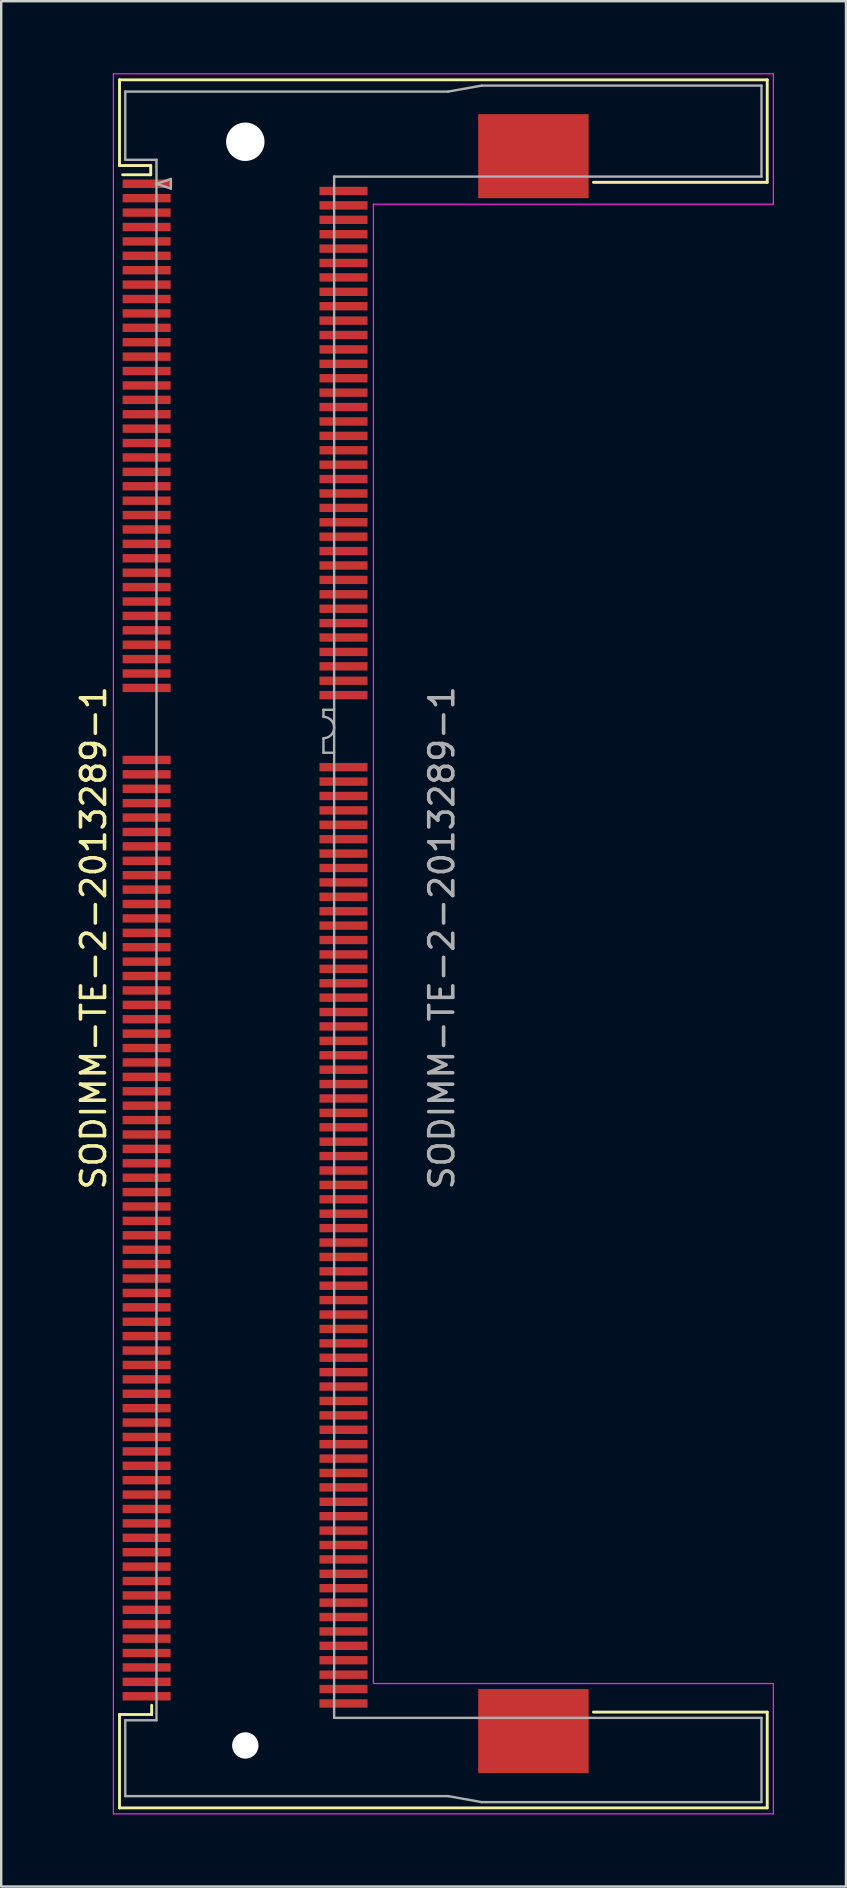
<source format=kicad_pcb>
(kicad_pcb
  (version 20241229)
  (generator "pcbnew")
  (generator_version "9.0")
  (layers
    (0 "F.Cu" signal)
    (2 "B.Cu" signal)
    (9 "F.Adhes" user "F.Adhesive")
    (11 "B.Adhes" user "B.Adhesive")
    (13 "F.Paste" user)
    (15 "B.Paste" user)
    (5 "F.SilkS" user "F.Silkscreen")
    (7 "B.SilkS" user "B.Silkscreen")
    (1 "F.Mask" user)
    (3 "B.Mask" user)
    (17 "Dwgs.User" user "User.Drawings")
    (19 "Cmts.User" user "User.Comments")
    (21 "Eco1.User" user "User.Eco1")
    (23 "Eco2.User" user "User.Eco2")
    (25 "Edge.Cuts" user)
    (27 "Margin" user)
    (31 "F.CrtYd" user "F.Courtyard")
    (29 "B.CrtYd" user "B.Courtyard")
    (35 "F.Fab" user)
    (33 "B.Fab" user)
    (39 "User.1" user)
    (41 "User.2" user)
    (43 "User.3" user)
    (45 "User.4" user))
  (footprint "SODIMM-TE-2-2013289-1"
    (layer "F.Cu")
    (at 11.763 36.255)
    (property "Reference" "SODIMM-TE-2-2013289-1" (at -10.915 -0.24 90) (layer "F.SilkS") (effects (font (size 1 1) (thickness 0.15))))
    (attr smd)
    (fp_line (start -9.835 -35.98) (end -9.835 -32.41) (stroke (width 0.12) (type solid)) (layer "F.SilkS"))
    (fp_line (start -9.835 -35.98) (end 17.145 -35.98) (stroke (width 0.12) (type solid)) (layer "F.SilkS"))
    (fp_line (start -9.835 -32.41) (end -8.535 -32.41) (stroke (width 0.12) (type solid)) (layer "F.SilkS"))
    (fp_line (start -9.835 32.11) (end -8.495 32.11) (stroke (width 0.12) (type solid)) (layer "F.SilkS"))
    (fp_line (start -9.835 36) (end -9.835 32.11) (stroke (width 0.12) (type solid)) (layer "F.SilkS"))
    (fp_line (start -8.535 -32.41) (end -8.535 -32.025) (stroke (width 0.12) (type solid)) (layer "F.SilkS"))
    (fp_line (start -8.535 -32.025) (end -9.705 -32.025) (stroke (width 0.12) (type solid)) (layer "F.SilkS"))
    (fp_line (start -8.495 32.11) (end -8.495 31.725) (stroke (width 0.12) (type solid)) (layer "F.SilkS"))
    (fp_line (start 9.905 32.01) (end 17.145 32.01) (stroke (width 0.12) (type solid)) (layer "F.SilkS"))
    (fp_line (start 17.145 -35.98) (end 17.145 -31.71) (stroke (width 0.12) (type solid)) (layer "F.SilkS"))
    (fp_line (start 17.145 -31.71) (end 9.905 -31.71) (stroke (width 0.12) (type solid)) (layer "F.SilkS"))
    (fp_line (start 17.145 32.01) (end 17.145 36) (stroke (width 0.12) (type solid)) (layer "F.SilkS"))
    (fp_line (start 17.145 36) (end -9.835 36) (stroke (width 0.12) (type solid)) (layer "F.SilkS"))
    (fp_line (start -10.09 -36.23) (end 17.4 -36.23) (stroke (width 0.05) (type solid)) (layer "F.CrtYd"))
    (fp_line (start -10.09 36.25) (end -10.09 -36.23) (stroke (width 0.05) (type solid)) (layer "F.CrtYd"))
    (fp_line (start 0.74 -30.8) (end 0.74 30.82) (stroke (width 0.05) (type solid)) (layer "F.CrtYd"))
    (fp_line (start 0.74 30.82) (end 17.4 30.82) (stroke (width 0.05) (type solid)) (layer "F.CrtYd"))
    (fp_line (start 17.4 -36.23) (end 17.4 -30.8) (stroke (width 0.05) (type solid)) (layer "F.CrtYd"))
    (fp_line (start 17.4 -30.8) (end 0.74 -30.8) (stroke (width 0.05) (type solid)) (layer "F.CrtYd"))
    (fp_line (start 17.4 30.82) (end 17.4 36.25) (stroke (width 0.05) (type solid)) (layer "F.CrtYd"))
    (fp_line (start 17.4 36.25) (end -10.09 36.25) (stroke (width 0.05) (type solid)) (layer "F.CrtYd"))
    (fp_line (start -9.595 -35.49) (end 3.855 -35.49) (stroke (width 0.1) (type solid)) (layer "F.Fab"))
    (fp_line (start -9.595 -32.65) (end -9.595 -35.49) (stroke (width 0.1) (type solid)) (layer "F.Fab"))
    (fp_line (start -9.595 32.35) (end -8.295 32.35) (stroke (width 0.1) (type solid)) (layer "F.Fab"))
    (fp_line (start -9.595 35.51) (end -9.595 32.35) (stroke (width 0.1) (type solid)) (layer "F.Fab"))
    (fp_line (start -9.595 35.51) (end 3.855 35.51) (stroke (width 0.1) (type solid)) (layer "F.Fab"))
    (fp_line (start -8.295 -32.65) (end -9.595 -32.65) (stroke (width 0.1) (type solid)) (layer "F.Fab"))
    (fp_line (start -8.295 -31.65) (end -7.695 -31.85) (stroke (width 0.1) (type solid)) (layer "F.Fab"))
    (fp_line (start -8.295 32.35) (end -8.295 -32.65) (stroke (width 0.1) (type solid)) (layer "F.Fab"))
    (fp_line (start -7.695 -31.85) (end -7.695 -31.45) (stroke (width 0.1) (type solid)) (layer "F.Fab"))
    (fp_line (start -7.695 -31.45) (end -8.295 -31.65) (stroke (width 0.1) (type solid)) (layer "F.Fab"))
    (fp_line (start -1.34 -9.74) (end -0.895 -9.74) (stroke (width 0.1) (type solid)) (layer "F.Fab"))
    (fp_line (start -1.34 -9.445) (end -1.34 -9.74) (stroke (width 0.1) (type solid)) (layer "F.Fab"))
    (fp_line (start -1.34 -8.555) (end -1.34 -7.95) (stroke (width 0.1) (type solid)) (layer "F.Fab"))
    (fp_line (start -1.34 -7.95) (end -0.895 -7.95) (stroke (width 0.1) (type solid)) (layer "F.Fab"))
    (fp_line (start -0.895 -31.95) (end -0.895 32.25) (stroke (width 0.1) (type solid)) (layer "F.Fab"))
    (fp_line (start -0.895 32.25) (end 16.905 32.25) (stroke (width 0.1) (type solid)) (layer "F.Fab"))
    (fp_line (start 3.855 -35.49) (end 5.255 -35.74) (stroke (width 0.1) (type solid)) (layer "F.Fab"))
    (fp_line (start 3.855 35.51) (end 5.255 35.76) (stroke (width 0.1) (type solid)) (layer "F.Fab"))
    (fp_line (start 5.255 -35.74) (end 16.905 -35.74) (stroke (width 0.1) (type solid)) (layer "F.Fab"))
    (fp_line (start 5.255 35.76) (end 16.905 35.76) (stroke (width 0.1) (type solid)) (layer "F.Fab"))
    (fp_line (start 16.905 -35.74) (end 16.905 -31.95) (stroke (width 0.1) (type solid)) (layer "F.Fab"))
    (fp_line (start 16.905 -31.95) (end -0.895 -31.95) (stroke (width 0.1) (type solid)) (layer "F.Fab"))
    (fp_line (start 16.905 32.25) (end 16.905 35.75) (stroke (width 0.1) (type solid)) (layer "F.Fab"))
    (fp_arc (start -1.34 -9.445) (mid -0.895 -9) (end -1.34 -8.555) (stroke (width 0.1) (type solid)) (layer "F.Fab"))
    (fp_text user "${REFERENCE}" (at 3.59 -0.24 90) (layer "F.Fab") (effects (font (size 1 1) (thickness 0.15))))
    (pad "" np_thru_hole circle (at -4.595 -33.4) (size 1.6 1.6) (drill 1.6) (layers "*.Cu" "*.Mask"))
    (pad "" np_thru_hole circle (at -4.595 33.4) (size 1.1 1.1) (drill 1.1) (layers "*.Cu" "*.Mask"))
    (pad "1" smd rect (at -8.705 -31.65 90) (size 0.35 2) (layers "F.Cu" "F.Mask" "F.Paste"))
    (pad "2" smd rect (at -0.505 -31.35 90) (size 0.35 2) (layers "F.Cu" "F.Mask" "F.Paste"))
    (pad "3" smd rect (at -8.705 -31.05 90) (size 0.35 2) (layers "F.Cu" "F.Mask" "F.Paste"))
    (pad "4" smd rect (at -0.505 -30.75 90) (size 0.35 2) (layers "F.Cu" "F.Mask" "F.Paste"))
    (pad "5" smd rect (at -8.705 -30.45 90) (size 0.35 2) (layers "F.Cu" "F.Mask" "F.Paste"))
    (pad "6" smd rect (at -0.505 -30.15 90) (size 0.35 2) (layers "F.Cu" "F.Mask" "F.Paste"))
    (pad "7" smd rect (at -8.705 -29.85 90) (size 0.35 2) (layers "F.Cu" "F.Mask" "F.Paste"))
    (pad "8" smd rect (at -0.505 -29.55 90) (size 0.35 2) (layers "F.Cu" "F.Mask" "F.Paste"))
    (pad "9" smd rect (at -8.705 -29.25 90) (size 0.35 2) (layers "F.Cu" "F.Mask" "F.Paste"))
    (pad "10" smd rect (at -0.505 -28.95 90) (size 0.35 2) (layers "F.Cu" "F.Mask" "F.Paste"))
    (pad "11" smd rect (at -8.705 -28.65 90) (size 0.35 2) (layers "F.Cu" "F.Mask" "F.Paste"))
    (pad "12" smd rect (at -0.505 -28.35 90) (size 0.35 2) (layers "F.Cu" "F.Mask" "F.Paste"))
    (pad "13" smd rect (at -8.705 -28.05 90) (size 0.35 2) (layers "F.Cu" "F.Mask" "F.Paste"))
    (pad "14" smd rect (at -0.505 -27.75 90) (size 0.35 2) (layers "F.Cu" "F.Mask" "F.Paste"))
    (pad "15" smd rect (at -8.705 -27.45 90) (size 0.35 2) (layers "F.Cu" "F.Mask" "F.Paste"))
    (pad "16" smd rect (at -0.505 -27.15 90) (size 0.35 2) (layers "F.Cu" "F.Mask" "F.Paste"))
    (pad "17" smd rect (at -8.705 -26.85 90) (size 0.35 2) (layers "F.Cu" "F.Mask" "F.Paste"))
    (pad "18" smd rect (at -0.505 -26.55 90) (size 0.35 2) (layers "F.Cu" "F.Mask" "F.Paste"))
    (pad "19" smd rect (at -8.705 -26.25 90) (size 0.35 2) (layers "F.Cu" "F.Mask" "F.Paste"))
    (pad "20" smd rect (at -0.505 -25.95 90) (size 0.35 2) (layers "F.Cu" "F.Mask" "F.Paste"))
    (pad "21" smd rect (at -8.705 -25.65 90) (size 0.35 2) (layers "F.Cu" "F.Mask" "F.Paste"))
    (pad "22" smd rect (at -0.505 -25.35 90) (size 0.35 2) (layers "F.Cu" "F.Mask" "F.Paste"))
    (pad "23" smd rect (at -8.705 -25.05 90) (size 0.35 2) (layers "F.Cu" "F.Mask" "F.Paste"))
    (pad "24" smd rect (at -0.505 -24.75 90) (size 0.35 2) (layers "F.Cu" "F.Mask" "F.Paste"))
    (pad "25" smd rect (at -8.705 -24.45 90) (size 0.35 2) (layers "F.Cu" "F.Mask" "F.Paste"))
    (pad "26" smd rect (at -0.505 -24.15 90) (size 0.35 2) (layers "F.Cu" "F.Mask" "F.Paste"))
    (pad "27" smd rect (at -8.705 -23.85 90) (size 0.35 2) (layers "F.Cu" "F.Mask" "F.Paste"))
    (pad "28" smd rect (at -0.505 -23.55 90) (size 0.35 2) (layers "F.Cu" "F.Mask" "F.Paste"))
    (pad "29" smd rect (at -8.705 -23.25 90) (size 0.35 2) (layers "F.Cu" "F.Mask" "F.Paste"))
    (pad "30" smd rect (at -0.505 -22.95 90) (size 0.35 2) (layers "F.Cu" "F.Mask" "F.Paste"))
    (pad "31" smd rect (at -8.705 -22.65 90) (size 0.35 2) (layers "F.Cu" "F.Mask" "F.Paste"))
    (pad "32" smd rect (at -0.505 -22.35 90) (size 0.35 2) (layers "F.Cu" "F.Mask" "F.Paste"))
    (pad "33" smd rect (at -8.705 -22.05 90) (size 0.35 2) (layers "F.Cu" "F.Mask" "F.Paste"))
    (pad "34" smd rect (at -0.505 -21.75 90) (size 0.35 2) (layers "F.Cu" "F.Mask" "F.Paste"))
    (pad "35" smd rect (at -8.705 -21.45 90) (size 0.35 2) (layers "F.Cu" "F.Mask" "F.Paste"))
    (pad "36" smd rect (at -0.505 -21.15 90) (size 0.35 2) (layers "F.Cu" "F.Mask" "F.Paste"))
    (pad "37" smd rect (at -8.705 -20.85 90) (size 0.35 2) (layers "F.Cu" "F.Mask" "F.Paste"))
    (pad "38" smd rect (at -0.505 -20.55 90) (size 0.35 2) (layers "F.Cu" "F.Mask" "F.Paste"))
    (pad "39" smd rect (at -8.705 -20.25 90) (size 0.35 2) (layers "F.Cu" "F.Mask" "F.Paste"))
    (pad "40" smd rect (at -0.505 -19.95 90) (size 0.35 2) (layers "F.Cu" "F.Mask" "F.Paste"))
    (pad "41" smd rect (at -8.705 -19.65 90) (size 0.35 2) (layers "F.Cu" "F.Mask" "F.Paste"))
    (pad "42" smd rect (at -0.505 -19.35 90) (size 0.35 2) (layers "F.Cu" "F.Mask" "F.Paste"))
    (pad "43" smd rect (at -8.705 -19.05 90) (size 0.35 2) (layers "F.Cu" "F.Mask" "F.Paste"))
    (pad "44" smd rect (at -0.505 -18.75 90) (size 0.35 2) (layers "F.Cu" "F.Mask" "F.Paste"))
    (pad "45" smd rect (at -8.705 -18.45 90) (size 0.35 2) (layers "F.Cu" "F.Mask" "F.Paste"))
    (pad "46" smd rect (at -0.505 -18.15 90) (size 0.35 2) (layers "F.Cu" "F.Mask" "F.Paste"))
    (pad "47" smd rect (at -8.705 -17.85 90) (size 0.35 2) (layers "F.Cu" "F.Mask" "F.Paste"))
    (pad "48" smd rect (at -0.505 -17.55 90) (size 0.35 2) (layers "F.Cu" "F.Mask" "F.Paste"))
    (pad "49" smd rect (at -8.705 -17.25 90) (size 0.35 2) (layers "F.Cu" "F.Mask" "F.Paste"))
    (pad "50" smd rect (at -0.505 -16.95 90) (size 0.35 2) (layers "F.Cu" "F.Mask" "F.Paste"))
    (pad "51" smd rect (at -8.705 -16.65 90) (size 0.35 2) (layers "F.Cu" "F.Mask" "F.Paste"))
    (pad "52" smd rect (at -0.505 -16.35 90) (size 0.35 2) (layers "F.Cu" "F.Mask" "F.Paste"))
    (pad "53" smd rect (at -8.705 -16.05 90) (size 0.35 2) (layers "F.Cu" "F.Mask" "F.Paste"))
    (pad "54" smd rect (at -0.505 -15.75 90) (size 0.35 2) (layers "F.Cu" "F.Mask" "F.Paste"))
    (pad "55" smd rect (at -8.705 -15.45 90) (size 0.35 2) (layers "F.Cu" "F.Mask" "F.Paste"))
    (pad "56" smd rect (at -0.505 -15.15 90) (size 0.35 2) (layers "F.Cu" "F.Mask" "F.Paste"))
    (pad "57" smd rect (at -8.705 -14.85 90) (size 0.35 2) (layers "F.Cu" "F.Mask" "F.Paste"))
    (pad "58" smd rect (at -0.505 -14.55 90) (size 0.35 2) (layers "F.Cu" "F.Mask" "F.Paste"))
    (pad "59" smd rect (at -8.705 -14.25 90) (size 0.35 2) (layers "F.Cu" "F.Mask" "F.Paste"))
    (pad "60" smd rect (at -0.505 -13.95 90) (size 0.35 2) (layers "F.Cu" "F.Mask" "F.Paste"))
    (pad "61" smd rect (at -8.705 -13.65 90) (size 0.35 2) (layers "F.Cu" "F.Mask" "F.Paste"))
    (pad "62" smd rect (at -0.505 -13.35 90) (size 0.35 2) (layers "F.Cu" "F.Mask" "F.Paste"))
    (pad "63" smd rect (at -8.705 -13.05 90) (size 0.35 2) (layers "F.Cu" "F.Mask" "F.Paste"))
    (pad "64" smd rect (at -0.505 -12.75 90) (size 0.35 2) (layers "F.Cu" "F.Mask" "F.Paste"))
    (pad "65" smd rect (at -8.705 -12.45 90) (size 0.35 2) (layers "F.Cu" "F.Mask" "F.Paste"))
    (pad "66" smd rect (at -0.505 -12.15 90) (size 0.35 2) (layers "F.Cu" "F.Mask" "F.Paste"))
    (pad "67" smd rect (at -8.705 -11.85 90) (size 0.35 2) (layers "F.Cu" "F.Mask" "F.Paste"))
    (pad "68" smd rect (at -0.505 -11.55 90) (size 0.35 2) (layers "F.Cu" "F.Mask" "F.Paste"))
    (pad "69" smd rect (at -8.705 -11.25 90) (size 0.35 2) (layers "F.Cu" "F.Mask" "F.Paste"))
    (pad "70" smd rect (at -0.505 -10.95 90) (size 0.35 2) (layers "F.Cu" "F.Mask" "F.Paste"))
    (pad "71" smd rect (at -8.705 -10.65 90) (size 0.35 2) (layers "F.Cu" "F.Mask" "F.Paste"))
    (pad "72" smd rect (at -0.505 -10.35 90) (size 0.35 2) (layers "F.Cu" "F.Mask" "F.Paste"))
    (pad "73" smd rect (at -8.705 -7.65 90) (size 0.35 2) (layers "F.Cu" "F.Mask" "F.Paste"))
    (pad "74" smd rect (at -0.505 -7.35 90) (size 0.35 2) (layers "F.Cu" "F.Mask" "F.Paste"))
    (pad "75" smd rect (at -8.705 -7.05 90) (size 0.35 2) (layers "F.Cu" "F.Mask" "F.Paste"))
    (pad "76" smd rect (at -0.505 -6.75 90) (size 0.35 2) (layers "F.Cu" "F.Mask" "F.Paste"))
    (pad "77" smd rect (at -8.705 -6.45 90) (size 0.35 2) (layers "F.Cu" "F.Mask" "F.Paste"))
    (pad "78" smd rect (at -0.505 -6.15 90) (size 0.35 2) (layers "F.Cu" "F.Mask" "F.Paste"))
    (pad "79" smd rect (at -8.705 -5.85 90) (size 0.35 2) (layers "F.Cu" "F.Mask" "F.Paste"))
    (pad "80" smd rect (at -0.505 -5.55 90) (size 0.35 2) (layers "F.Cu" "F.Mask" "F.Paste"))
    (pad "81" smd rect (at -8.705 -5.25 90) (size 0.35 2) (layers "F.Cu" "F.Mask" "F.Paste"))
    (pad "82" smd rect (at -0.505 -4.95 90) (size 0.35 2) (layers "F.Cu" "F.Mask" "F.Paste"))
    (pad "83" smd rect (at -8.705 -4.65 90) (size 0.35 2) (layers "F.Cu" "F.Mask" "F.Paste"))
    (pad "84" smd rect (at -0.505 -4.35 90) (size 0.35 2) (layers "F.Cu" "F.Mask" "F.Paste"))
    (pad "85" smd rect (at -8.705 -4.05 90) (size 0.35 2) (layers "F.Cu" "F.Mask" "F.Paste"))
    (pad "86" smd rect (at -0.505 -3.75 90) (size 0.35 2) (layers "F.Cu" "F.Mask" "F.Paste"))
    (pad "87" smd rect (at -8.705 -3.45 90) (size 0.35 2) (layers "F.Cu" "F.Mask" "F.Paste"))
    (pad "88" smd rect (at -0.505 -3.15 90) (size 0.35 2) (layers "F.Cu" "F.Mask" "F.Paste"))
    (pad "89" smd rect (at -8.705 -2.85 90) (size 0.35 2) (layers "F.Cu" "F.Mask" "F.Paste"))
    (pad "90" smd rect (at -0.505 -2.55 90) (size 0.35 2) (layers "F.Cu" "F.Mask" "F.Paste"))
    (pad "91" smd rect (at -8.705 -2.25 90) (size 0.35 2) (layers "F.Cu" "F.Mask" "F.Paste"))
    (pad "92" smd rect (at -0.505 -1.95 90) (size 0.35 2) (layers "F.Cu" "F.Mask" "F.Paste"))
    (pad "93" smd rect (at -8.705 -1.65 90) (size 0.35 2) (layers "F.Cu" "F.Mask" "F.Paste"))
    (pad "94" smd rect (at -0.505 -1.35 90) (size 0.35 2) (layers "F.Cu" "F.Mask" "F.Paste"))
    (pad "95" smd rect (at -8.705 -1.05 90) (size 0.35 2) (layers "F.Cu" "F.Mask" "F.Paste"))
    (pad "96" smd rect (at -0.505 -0.75 90) (size 0.35 2) (layers "F.Cu" "F.Mask" "F.Paste"))
    (pad "97" smd rect (at -8.705 -0.45 90) (size 0.35 2) (layers "F.Cu" "F.Mask" "F.Paste"))
    (pad "98" smd rect (at -0.505 -0.15 90) (size 0.35 2) (layers "F.Cu" "F.Mask" "F.Paste"))
    (pad "99" smd rect (at -8.705 0.15 90) (size 0.35 2) (layers "F.Cu" "F.Mask" "F.Paste"))
    (pad "100" smd rect (at -0.505 0.45 90) (size 0.35 2) (layers "F.Cu" "F.Mask" "F.Paste"))
    (pad "101" smd rect (at -8.705 0.75 90) (size 0.35 2) (layers "F.Cu" "F.Mask" "F.Paste"))
    (pad "102" smd rect (at -0.505 1.05 90) (size 0.35 2) (layers "F.Cu" "F.Mask" "F.Paste"))
    (pad "103" smd rect (at -8.705 1.35 90) (size 0.35 2) (layers "F.Cu" "F.Mask" "F.Paste"))
    (pad "104" smd rect (at -0.505 1.65 90) (size 0.35 2) (layers "F.Cu" "F.Mask" "F.Paste"))
    (pad "105" smd rect (at -8.705 1.95 90) (size 0.35 2) (layers "F.Cu" "F.Mask" "F.Paste"))
    (pad "106" smd rect (at -0.505 2.25 90) (size 0.35 2) (layers "F.Cu" "F.Mask" "F.Paste"))
    (pad "107" smd rect (at -8.705 2.55 90) (size 0.35 2) (layers "F.Cu" "F.Mask" "F.Paste"))
    (pad "108" smd rect (at -0.505 2.85 90) (size 0.35 2) (layers "F.Cu" "F.Mask" "F.Paste"))
    (pad "109" smd rect (at -8.705 3.15 90) (size 0.35 2) (layers "F.Cu" "F.Mask" "F.Paste"))
    (pad "110" smd rect (at -0.505 3.45 90) (size 0.35 2) (layers "F.Cu" "F.Mask" "F.Paste"))
    (pad "111" smd rect (at -8.705 3.75 90) (size 0.35 2) (layers "F.Cu" "F.Mask" "F.Paste"))
    (pad "112" smd rect (at -0.505 4.05 90) (size 0.35 2) (layers "F.Cu" "F.Mask" "F.Paste"))
    (pad "113" smd rect (at -8.705 4.35 90) (size 0.35 2) (layers "F.Cu" "F.Mask" "F.Paste"))
    (pad "114" smd rect (at -0.505 4.65 90) (size 0.35 2) (layers "F.Cu" "F.Mask" "F.Paste"))
    (pad "115" smd rect (at -8.705 4.95 90) (size 0.35 2) (layers "F.Cu" "F.Mask" "F.Paste"))
    (pad "116" smd rect (at -0.505 5.25 90) (size 0.35 2) (layers "F.Cu" "F.Mask" "F.Paste"))
    (pad "117" smd rect (at -8.705 5.55 90) (size 0.35 2) (layers "F.Cu" "F.Mask" "F.Paste"))
    (pad "118" smd rect (at -0.505 5.85 90) (size 0.35 2) (layers "F.Cu" "F.Mask" "F.Paste"))
    (pad "119" smd rect (at -8.705 6.15 90) (size 0.35 2) (layers "F.Cu" "F.Mask" "F.Paste"))
    (pad "120" smd rect (at -0.505 6.45 90) (size 0.35 2) (layers "F.Cu" "F.Mask" "F.Paste"))
    (pad "121" smd rect (at -8.705 6.75 90) (size 0.35 2) (layers "F.Cu" "F.Mask" "F.Paste"))
    (pad "122" smd rect (at -0.505 7.05 90) (size 0.35 2) (layers "F.Cu" "F.Mask" "F.Paste"))
    (pad "123" smd rect (at -8.705 7.35 90) (size 0.35 2) (layers "F.Cu" "F.Mask" "F.Paste"))
    (pad "124" smd rect (at -0.505 7.65 90) (size 0.35 2) (layers "F.Cu" "F.Mask" "F.Paste"))
    (pad "125" smd rect (at -8.705 7.95 90) (size 0.35 2) (layers "F.Cu" "F.Mask" "F.Paste"))
    (pad "126" smd rect (at -0.505 8.25 90) (size 0.35 2) (layers "F.Cu" "F.Mask" "F.Paste"))
    (pad "127" smd rect (at -8.705 8.55 90) (size 0.35 2) (layers "F.Cu" "F.Mask" "F.Paste"))
    (pad "128" smd rect (at -0.505 8.85 90) (size 0.35 2) (layers "F.Cu" "F.Mask" "F.Paste"))
    (pad "129" smd rect (at -8.705 9.15 90) (size 0.35 2) (layers "F.Cu" "F.Mask" "F.Paste"))
    (pad "130" smd rect (at -0.505 9.45 90) (size 0.35 2) (layers "F.Cu" "F.Mask" "F.Paste"))
    (pad "131" smd rect (at -8.705 9.75 90) (size 0.35 2) (layers "F.Cu" "F.Mask" "F.Paste"))
    (pad "132" smd rect (at -0.505 10.05 90) (size 0.35 2) (layers "F.Cu" "F.Mask" "F.Paste"))
    (pad "133" smd rect (at -8.705 10.35 90) (size 0.35 2) (layers "F.Cu" "F.Mask" "F.Paste"))
    (pad "134" smd rect (at -0.505 10.65 90) (size 0.35 2) (layers "F.Cu" "F.Mask" "F.Paste"))
    (pad "135" smd rect (at -8.705 10.95 90) (size 0.35 2) (layers "F.Cu" "F.Mask" "F.Paste"))
    (pad "136" smd rect (at -0.505 11.25 90) (size 0.35 2) (layers "F.Cu" "F.Mask" "F.Paste"))
    (pad "137" smd rect (at -8.705 11.55 90) (size 0.35 2) (layers "F.Cu" "F.Mask" "F.Paste"))
    (pad "138" smd rect (at -0.505 11.85 90) (size 0.35 2) (layers "F.Cu" "F.Mask" "F.Paste"))
    (pad "139" smd rect (at -8.705 12.15 90) (size 0.35 2) (layers "F.Cu" "F.Mask" "F.Paste"))
    (pad "140" smd rect (at -0.505 12.45 90) (size 0.35 2) (layers "F.Cu" "F.Mask" "F.Paste"))
    (pad "141" smd rect (at -8.705 12.75 90) (size 0.35 2) (layers "F.Cu" "F.Mask" "F.Paste"))
    (pad "142" smd rect (at -0.505 13.05 90) (size 0.35 2) (layers "F.Cu" "F.Mask" "F.Paste"))
    (pad "143" smd rect (at -8.705 13.35 90) (size 0.35 2) (layers "F.Cu" "F.Mask" "F.Paste"))
    (pad "144" smd rect (at -0.505 13.65 90) (size 0.35 2) (layers "F.Cu" "F.Mask" "F.Paste"))
    (pad "145" smd rect (at -8.705 13.95 90) (size 0.35 2) (layers "F.Cu" "F.Mask" "F.Paste"))
    (pad "146" smd rect (at -0.505 14.25 90) (size 0.35 2) (layers "F.Cu" "F.Mask" "F.Paste"))
    (pad "147" smd rect (at -8.705 14.55 90) (size 0.35 2) (layers "F.Cu" "F.Mask" "F.Paste"))
    (pad "148" smd rect (at -0.505 14.85 90) (size 0.35 2) (layers "F.Cu" "F.Mask" "F.Paste"))
    (pad "149" smd rect (at -8.705 15.15 90) (size 0.35 2) (layers "F.Cu" "F.Mask" "F.Paste"))
    (pad "150" smd rect (at -0.505 15.45 90) (size 0.35 2) (layers "F.Cu" "F.Mask" "F.Paste"))
    (pad "151" smd rect (at -8.705 15.75 90) (size 0.35 2) (layers "F.Cu" "F.Mask" "F.Paste"))
    (pad "152" smd rect (at -0.505 16.05 90) (size 0.35 2) (layers "F.Cu" "F.Mask" "F.Paste"))
    (pad "153" smd rect (at -8.705 16.35 90) (size 0.35 2) (layers "F.Cu" "F.Mask" "F.Paste"))
    (pad "154" smd rect (at -0.505 16.65 90) (size 0.35 2) (layers "F.Cu" "F.Mask" "F.Paste"))
    (pad "155" smd rect (at -8.705 16.95 90) (size 0.35 2) (layers "F.Cu" "F.Mask" "F.Paste"))
    (pad "156" smd rect (at -0.505 17.25 90) (size 0.35 2) (layers "F.Cu" "F.Mask" "F.Paste"))
    (pad "157" smd rect (at -8.705 17.55 90) (size 0.35 2) (layers "F.Cu" "F.Mask" "F.Paste"))
    (pad "158" smd rect (at -0.505 17.85 90) (size 0.35 2) (layers "F.Cu" "F.Mask" "F.Paste"))
    (pad "159" smd rect (at -8.705 18.15 90) (size 0.35 2) (layers "F.Cu" "F.Mask" "F.Paste"))
    (pad "160" smd rect (at -0.505 18.45 90) (size 0.35 2) (layers "F.Cu" "F.Mask" "F.Paste"))
    (pad "161" smd rect (at -8.705 18.75 90) (size 0.35 2) (layers "F.Cu" "F.Mask" "F.Paste"))
    (pad "162" smd rect (at -0.505 19.05 90) (size 0.35 2) (layers "F.Cu" "F.Mask" "F.Paste"))
    (pad "163" smd rect (at -8.705 19.35 90) (size 0.35 2) (layers "F.Cu" "F.Mask" "F.Paste"))
    (pad "164" smd rect (at -0.505 19.65 90) (size 0.35 2) (layers "F.Cu" "F.Mask" "F.Paste"))
    (pad "165" smd rect (at -8.705 19.95 90) (size 0.35 2) (layers "F.Cu" "F.Mask" "F.Paste"))
    (pad "166" smd rect (at -0.505 20.25 90) (size 0.35 2) (layers "F.Cu" "F.Mask" "F.Paste"))
    (pad "167" smd rect (at -8.705 20.55 90) (size 0.35 2) (layers "F.Cu" "F.Mask" "F.Paste"))
    (pad "168" smd rect (at -0.505 20.85 90) (size 0.35 2) (layers "F.Cu" "F.Mask" "F.Paste"))
    (pad "169" smd rect (at -8.705 21.15 90) (size 0.35 2) (layers "F.Cu" "F.Mask" "F.Paste"))
    (pad "170" smd rect (at -0.505 21.45 90) (size 0.35 2) (layers "F.Cu" "F.Mask" "F.Paste"))
    (pad "171" smd rect (at -8.705 21.75 90) (size 0.35 2) (layers "F.Cu" "F.Mask" "F.Paste"))
    (pad "172" smd rect (at -0.505 22.05 90) (size 0.35 2) (layers "F.Cu" "F.Mask" "F.Paste"))
    (pad "173" smd rect (at -8.705 22.35 90) (size 0.35 2) (layers "F.Cu" "F.Mask" "F.Paste"))
    (pad "174" smd rect (at -0.505 22.65 90) (size 0.35 2) (layers "F.Cu" "F.Mask" "F.Paste"))
    (pad "175" smd rect (at -8.705 22.95 90) (size 0.35 2) (layers "F.Cu" "F.Mask" "F.Paste"))
    (pad "176" smd rect (at -0.505 23.25 90) (size 0.35 2) (layers "F.Cu" "F.Mask" "F.Paste"))
    (pad "177" smd rect (at -8.705 23.55 90) (size 0.35 2) (layers "F.Cu" "F.Mask" "F.Paste"))
    (pad "178" smd rect (at -0.505 23.85 90) (size 0.35 2) (layers "F.Cu" "F.Mask" "F.Paste"))
    (pad "179" smd rect (at -8.705 24.15 90) (size 0.35 2) (layers "F.Cu" "F.Mask" "F.Paste"))
    (pad "180" smd rect (at -0.505 24.45 90) (size 0.35 2) (layers "F.Cu" "F.Mask" "F.Paste"))
    (pad "181" smd rect (at -8.705 24.75 90) (size 0.35 2) (layers "F.Cu" "F.Mask" "F.Paste"))
    (pad "182" smd rect (at -0.505 25.05 90) (size 0.35 2) (layers "F.Cu" "F.Mask" "F.Paste"))
    (pad "183" smd rect (at -8.705 25.35 90) (size 0.35 2) (layers "F.Cu" "F.Mask" "F.Paste"))
    (pad "184" smd rect (at -0.505 25.65 90) (size 0.35 2) (layers "F.Cu" "F.Mask" "F.Paste"))
    (pad "185" smd rect (at -8.705 25.95 90) (size 0.35 2) (layers "F.Cu" "F.Mask" "F.Paste"))
    (pad "186" smd rect (at -0.505 26.25 90) (size 0.35 2) (layers "F.Cu" "F.Mask" "F.Paste"))
    (pad "187" smd rect (at -8.705 26.55 90) (size 0.35 2) (layers "F.Cu" "F.Mask" "F.Paste"))
    (pad "188" smd rect (at -0.505 26.85 90) (size 0.35 2) (layers "F.Cu" "F.Mask" "F.Paste"))
    (pad "189" smd rect (at -8.705 27.15 90) (size 0.35 2) (layers "F.Cu" "F.Mask" "F.Paste"))
    (pad "190" smd rect (at -0.505 27.45 90) (size 0.35 2) (layers "F.Cu" "F.Mask" "F.Paste"))
    (pad "191" smd rect (at -8.705 27.75 90) (size 0.35 2) (layers "F.Cu" "F.Mask" "F.Paste"))
    (pad "192" smd rect (at -0.505 28.05 90) (size 0.35 2) (layers "F.Cu" "F.Mask" "F.Paste"))
    (pad "193" smd rect (at -8.705 28.35 90) (size 0.35 2) (layers "F.Cu" "F.Mask" "F.Paste"))
    (pad "194" smd rect (at -0.505 28.65 90) (size 0.35 2) (layers "F.Cu" "F.Mask" "F.Paste"))
    (pad "195" smd rect (at -8.705 28.95 90) (size 0.35 2) (layers "F.Cu" "F.Mask" "F.Paste"))
    (pad "196" smd rect (at -0.505 29.25 90) (size 0.35 2) (layers "F.Cu" "F.Mask" "F.Paste"))
    (pad "197" smd rect (at -8.705 29.55 90) (size 0.35 2) (layers "F.Cu" "F.Mask" "F.Paste"))
    (pad "198" smd rect (at -0.505 29.85 90) (size 0.35 2) (layers "F.Cu" "F.Mask" "F.Paste"))
    (pad "199" smd rect (at -8.705 30.15 90) (size 0.35 2) (layers "F.Cu" "F.Mask" "F.Paste"))
    (pad "200" smd rect (at -0.505 30.45 90) (size 0.35 2) (layers "F.Cu" "F.Mask" "F.Paste"))
    (pad "201" smd rect (at -8.705 30.75 90) (size 0.35 2) (layers "F.Cu" "F.Mask" "F.Paste"))
    (pad "202" smd rect (at -0.505 31.05 90) (size 0.35 2) (layers "F.Cu" "F.Mask" "F.Paste"))
    (pad "203" smd rect (at -8.705 31.35 90) (size 0.35 2) (layers "F.Cu" "F.Mask" "F.Paste"))
    (pad "204" smd rect (at -0.505 31.65 90) (size 0.35 2) (layers "F.Cu" "F.Mask" "F.Paste"))
    (pad "SH1" smd rect (at 7.405 -32.8) (size 4.6 3.5) (layers "F.Cu" "F.Mask" "F.Paste"))
    (pad "SH2" smd rect (at 7.405 32.8) (size 4.6 3.5) (layers "F.Cu" "F.Mask" "F.Paste")))
  (gr_rect
    (start -3 -3)
    (end 32.188 75.53)
    (stroke (width 0.1) (type default))
    (fill no)
    (layer "Edge.Cuts")))
</source>
